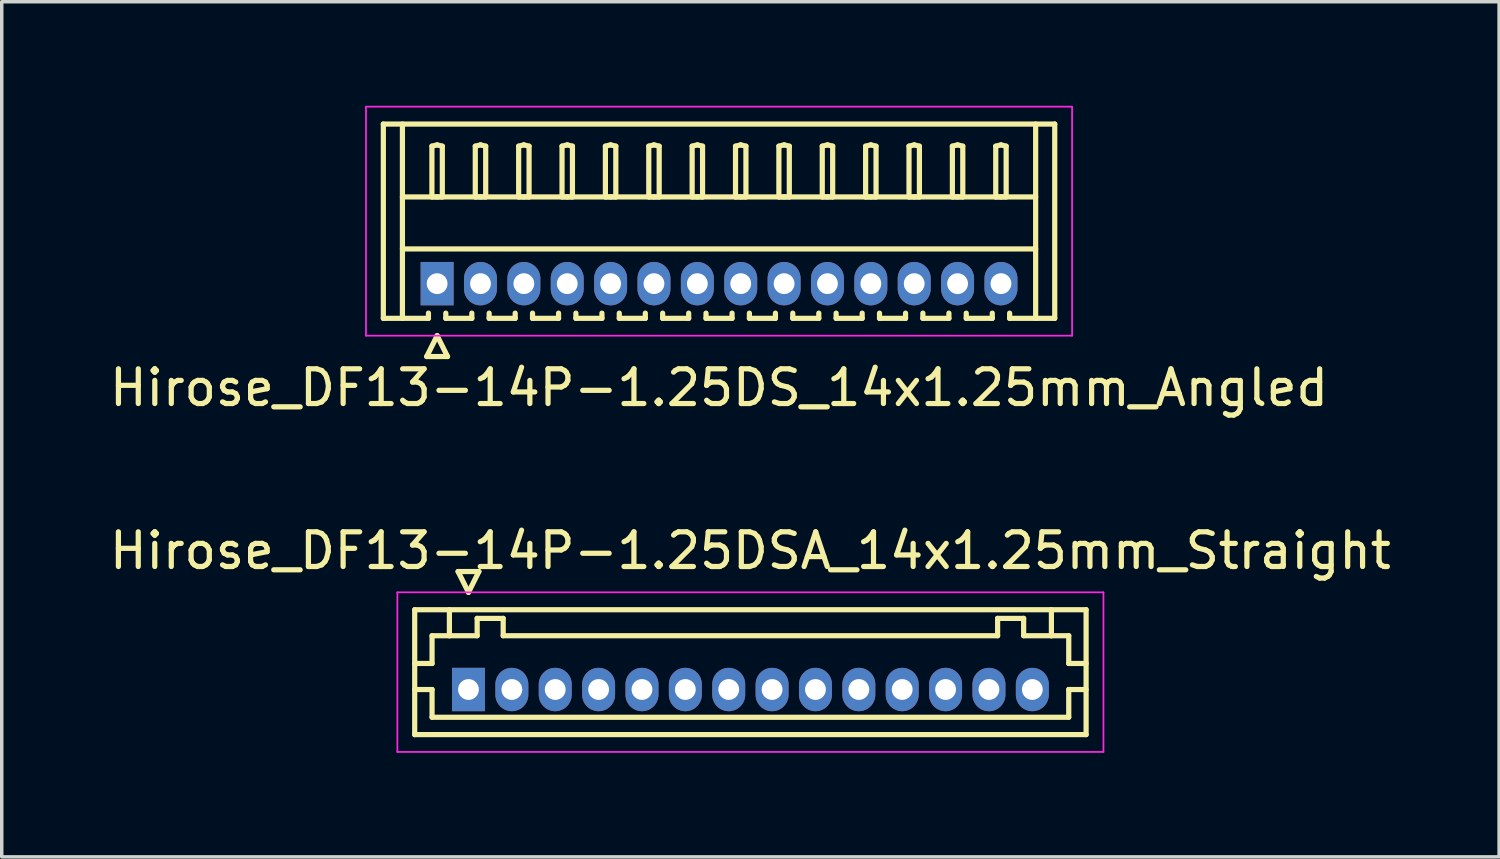
<source format=kicad_pcb>
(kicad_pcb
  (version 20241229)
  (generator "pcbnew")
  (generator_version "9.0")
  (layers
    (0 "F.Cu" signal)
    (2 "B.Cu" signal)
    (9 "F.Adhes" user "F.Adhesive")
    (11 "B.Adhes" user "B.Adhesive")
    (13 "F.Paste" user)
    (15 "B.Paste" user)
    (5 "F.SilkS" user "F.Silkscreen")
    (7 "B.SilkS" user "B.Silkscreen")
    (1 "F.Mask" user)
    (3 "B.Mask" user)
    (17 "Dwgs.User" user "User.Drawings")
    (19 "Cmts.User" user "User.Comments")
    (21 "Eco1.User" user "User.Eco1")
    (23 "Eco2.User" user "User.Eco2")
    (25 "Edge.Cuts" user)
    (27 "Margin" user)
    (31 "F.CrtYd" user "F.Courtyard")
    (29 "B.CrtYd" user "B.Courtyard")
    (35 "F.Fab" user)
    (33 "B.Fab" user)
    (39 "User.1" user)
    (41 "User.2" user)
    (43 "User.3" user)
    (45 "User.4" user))
  (footprint "Hirose_DF13-14P-1.25DSA_14x1.25mm_Straight"
    (layer "F.Cu")
    (at 10.452 16.822)
    (property "Reference" "Hirose_DF13-14P-1.25DSA_14x1.25mm_Straight" (at 8.125 -4 0) (layer "F.SilkS") (effects (font (size 1 1) (thickness 0.15))))
    (attr through_hole)
    (fp_line (start -1.55 -2.3) (end -1.55 1.3) (stroke (width 0.15) (type solid)) (layer "F.SilkS"))
    (fp_line (start -1.55 -0.75) (end -1.05 -0.75) (stroke (width 0.15) (type solid)) (layer "F.SilkS"))
    (fp_line (start -1.55 0) (end -1.05 0) (stroke (width 0.15) (type solid)) (layer "F.SilkS"))
    (fp_line (start -1.55 1.3) (end 17.8 1.3) (stroke (width 0.15) (type solid)) (layer "F.SilkS"))
    (fp_line (start -1.05 -1.55) (end -0.55 -1.55) (stroke (width 0.15) (type solid)) (layer "F.SilkS"))
    (fp_line (start -1.05 -0.75) (end -1.05 -1.55) (stroke (width 0.15) (type solid)) (layer "F.SilkS"))
    (fp_line (start -1.05 0) (end -1.05 0.8) (stroke (width 0.15) (type solid)) (layer "F.SilkS"))
    (fp_line (start -1.05 0.8) (end 17.3 0.8) (stroke (width 0.15) (type solid)) (layer "F.SilkS"))
    (fp_line (start -0.55 -1.55) (end -0.55 -2.3) (stroke (width 0.15) (type solid)) (layer "F.SilkS"))
    (fp_line (start -0.55 -1.55) (end 0.25 -1.55) (stroke (width 0.15) (type solid)) (layer "F.SilkS"))
    (fp_line (start -0.3 -3.4) (end 0.3 -3.4) (stroke (width 0.15) (type solid)) (layer "F.SilkS"))
    (fp_line (start 0 -2.8) (end -0.3 -3.4) (stroke (width 0.15) (type solid)) (layer "F.SilkS"))
    (fp_line (start 0.25 -2.05) (end 1 -2.05) (stroke (width 0.15) (type solid)) (layer "F.SilkS"))
    (fp_line (start 0.25 -1.55) (end 0.25 -2.05) (stroke (width 0.15) (type solid)) (layer "F.SilkS"))
    (fp_line (start 0.3 -3.4) (end 0 -2.8) (stroke (width 0.15) (type solid)) (layer "F.SilkS"))
    (fp_line (start 1 -2.05) (end 1 -1.55) (stroke (width 0.15) (type solid)) (layer "F.SilkS"))
    (fp_line (start 1 -1.55) (end 15.25 -1.55) (stroke (width 0.15) (type solid)) (layer "F.SilkS"))
    (fp_line (start 15.25 -2.05) (end 16 -2.05) (stroke (width 0.15) (type solid)) (layer "F.SilkS"))
    (fp_line (start 15.25 -1.55) (end 15.25 -2.05) (stroke (width 0.15) (type solid)) (layer "F.SilkS"))
    (fp_line (start 16 -2.05) (end 16 -1.55) (stroke (width 0.15) (type solid)) (layer "F.SilkS"))
    (fp_line (start 16 -1.55) (end 16.8 -1.55) (stroke (width 0.15) (type solid)) (layer "F.SilkS"))
    (fp_line (start 16.8 -1.55) (end 16.8 -2.3) (stroke (width 0.15) (type solid)) (layer "F.SilkS"))
    (fp_line (start 17.3 -1.55) (end 16.8 -1.55) (stroke (width 0.15) (type solid)) (layer "F.SilkS"))
    (fp_line (start 17.3 -0.75) (end 17.3 -1.55) (stroke (width 0.15) (type solid)) (layer "F.SilkS"))
    (fp_line (start 17.3 0) (end 17.8 0) (stroke (width 0.15) (type solid)) (layer "F.SilkS"))
    (fp_line (start 17.3 0.8) (end 17.3 0) (stroke (width 0.15) (type solid)) (layer "F.SilkS"))
    (fp_line (start 17.8 -2.3) (end -1.55 -2.3) (stroke (width 0.15) (type solid)) (layer "F.SilkS"))
    (fp_line (start 17.8 -0.75) (end 17.3 -0.75) (stroke (width 0.15) (type solid)) (layer "F.SilkS"))
    (fp_line (start 17.8 1.3) (end 17.8 -2.3) (stroke (width 0.15) (type solid)) (layer "F.SilkS"))
    (fp_line (start -2.05 -2.8) (end -2.05 1.8) (stroke (width 0.05) (type solid)) (layer "F.CrtYd"))
    (fp_line (start -2.05 1.8) (end 18.3 1.8) (stroke (width 0.05) (type solid)) (layer "F.CrtYd"))
    (fp_line (start 18.3 -2.8) (end -2.05 -2.8) (stroke (width 0.05) (type solid)) (layer "F.CrtYd"))
    (fp_line (start 18.3 1.8) (end 18.3 -2.8) (stroke (width 0.05) (type solid)) (layer "F.CrtYd"))
    (pad "1" thru_hole rect (at 0 0) (size 0.95 1.25) (drill 0.6) (layers "*.Cu" "*.Mask"))
    (pad "2" thru_hole oval (at 1.25 0) (size 0.95 1.25) (drill 0.6) (layers "*.Cu" "*.Mask"))
    (pad "3" thru_hole oval (at 2.5 0) (size 0.95 1.25) (drill 0.6) (layers "*.Cu" "*.Mask"))
    (pad "4" thru_hole oval (at 3.75 0) (size 0.95 1.25) (drill 0.6) (layers "*.Cu" "*.Mask"))
    (pad "5" thru_hole oval (at 5 0) (size 0.95 1.25) (drill 0.6) (layers "*.Cu" "*.Mask"))
    (pad "6" thru_hole oval (at 6.25 0) (size 0.95 1.25) (drill 0.6) (layers "*.Cu" "*.Mask"))
    (pad "7" thru_hole oval (at 7.5 0) (size 0.95 1.25) (drill 0.6) (layers "*.Cu" "*.Mask"))
    (pad "8" thru_hole oval (at 8.75 0) (size 0.95 1.25) (drill 0.6) (layers "*.Cu" "*.Mask"))
    (pad "9" thru_hole oval (at 10 0) (size 0.95 1.25) (drill 0.6) (layers "*.Cu" "*.Mask"))
    (pad "10" thru_hole oval (at 11.25 0) (size 0.95 1.25) (drill 0.6) (layers "*.Cu" "*.Mask"))
    (pad "11" thru_hole oval (at 12.5 0) (size 0.95 1.25) (drill 0.6) (layers "*.Cu" "*.Mask"))
    (pad "12" thru_hole oval (at 13.75 0) (size 0.95 1.25) (drill 0.6) (layers "*.Cu" "*.Mask"))
    (pad "13" thru_hole oval (at 15 0) (size 0.95 1.25) (drill 0.6) (layers "*.Cu" "*.Mask"))
    (pad "14" thru_hole oval (at 16.25 0) (size 0.95 1.25) (drill 0.6) (layers "*.Cu" "*.Mask")))
  (footprint "Hirose_DF13-14P-1.25DS_14x1.25mm_Angled"
    (layer "F.Cu")
    (at 9.548 5.125)
    (property "Reference" "Hirose_DF13-14P-1.25DS_14x1.25mm_Angled" (at 8.125 3 0) (layer "F.SilkS") (effects (font (size 1 1) (thickness 0.15))))
    (attr through_hole)
    (fp_line (start -1.55 -4.6) (end 17.8 -4.6) (stroke (width 0.15) (type solid)) (layer "F.SilkS"))
    (fp_line (start -1.55 1) (end -1.55 -4.6) (stroke (width 0.15) (type solid)) (layer "F.SilkS"))
    (fp_line (start -1 -4.6) (end -1 1) (stroke (width 0.15) (type solid)) (layer "F.SilkS"))
    (fp_line (start -1 -2.5) (end 17.25 -2.5) (stroke (width 0.15) (type solid)) (layer "F.SilkS"))
    (fp_line (start -1 -1) (end 17.25 -1) (stroke (width 0.15) (type solid)) (layer "F.SilkS"))
    (fp_line (start -0.3 2.1) (end 0.3 2.1) (stroke (width 0.15) (type solid)) (layer "F.SilkS"))
    (fp_line (start -0.25 0.85) (end -0.25 1) (stroke (width 0.15) (type solid)) (layer "F.SilkS"))
    (fp_line (start -0.25 1) (end -1.55 1) (stroke (width 0.15) (type solid)) (layer "F.SilkS"))
    (fp_line (start -0.15 -3.962) (end 0 -4) (stroke (width 0.15) (type solid)) (layer "F.SilkS"))
    (fp_line (start -0.15 -2.5) (end -0.15 -3.962) (stroke (width 0.15) (type solid)) (layer "F.SilkS"))
    (fp_line (start 0 -4) (end 0.15 -3.962) (stroke (width 0.15) (type solid)) (layer "F.SilkS"))
    (fp_line (start 0 -2.5) (end -0.15 -2.5) (stroke (width 0.15) (type solid)) (layer "F.SilkS"))
    (fp_line (start 0 1.5) (end -0.3 2.1) (stroke (width 0.15) (type solid)) (layer "F.SilkS"))
    (fp_line (start 0.15 -3.962) (end 0.15 -2.5) (stroke (width 0.15) (type solid)) (layer "F.SilkS"))
    (fp_line (start 0.15 -2.5) (end 0 -2.5) (stroke (width 0.15) (type solid)) (layer "F.SilkS"))
    (fp_line (start 0.25 0.85) (end 0.25 1) (stroke (width 0.15) (type solid)) (layer "F.SilkS"))
    (fp_line (start 0.25 1) (end 1 1) (stroke (width 0.15) (type solid)) (layer "F.SilkS"))
    (fp_line (start 0.3 2.1) (end 0 1.5) (stroke (width 0.15) (type solid)) (layer "F.SilkS"))
    (fp_line (start 1 1) (end 1 0.85) (stroke (width 0.15) (type solid)) (layer "F.SilkS"))
    (fp_line (start 1.1 -3.962) (end 1.25 -4) (stroke (width 0.15) (type solid)) (layer "F.SilkS"))
    (fp_line (start 1.1 -2.5) (end 1.1 -3.962) (stroke (width 0.15) (type solid)) (layer "F.SilkS"))
    (fp_line (start 1.25 -4) (end 1.4 -3.962) (stroke (width 0.15) (type solid)) (layer "F.SilkS"))
    (fp_line (start 1.25 -2.5) (end 1.1 -2.5) (stroke (width 0.15) (type solid)) (layer "F.SilkS"))
    (fp_line (start 1.4 -3.962) (end 1.4 -2.5) (stroke (width 0.15) (type solid)) (layer "F.SilkS"))
    (fp_line (start 1.4 -2.5) (end 1.25 -2.5) (stroke (width 0.15) (type solid)) (layer "F.SilkS"))
    (fp_line (start 1.5 0.85) (end 1.5 1) (stroke (width 0.15) (type solid)) (layer "F.SilkS"))
    (fp_line (start 1.5 1) (end 2.25 1) (stroke (width 0.15) (type solid)) (layer "F.SilkS"))
    (fp_line (start 2.25 1) (end 2.25 0.85) (stroke (width 0.15) (type solid)) (layer "F.SilkS"))
    (fp_line (start 2.35 -3.962) (end 2.5 -4) (stroke (width 0.15) (type solid)) (layer "F.SilkS"))
    (fp_line (start 2.35 -2.5) (end 2.35 -3.962) (stroke (width 0.15) (type solid)) (layer "F.SilkS"))
    (fp_line (start 2.5 -4) (end 2.65 -3.962) (stroke (width 0.15) (type solid)) (layer "F.SilkS"))
    (fp_line (start 2.5 -2.5) (end 2.35 -2.5) (stroke (width 0.15) (type solid)) (layer "F.SilkS"))
    (fp_line (start 2.65 -3.962) (end 2.65 -2.5) (stroke (width 0.15) (type solid)) (layer "F.SilkS"))
    (fp_line (start 2.65 -2.5) (end 2.5 -2.5) (stroke (width 0.15) (type solid)) (layer "F.SilkS"))
    (fp_line (start 2.75 0.85) (end 2.75 1) (stroke (width 0.15) (type solid)) (layer "F.SilkS"))
    (fp_line (start 2.75 1) (end 3.5 1) (stroke (width 0.15) (type solid)) (layer "F.SilkS"))
    (fp_line (start 3.5 1) (end 3.5 0.85) (stroke (width 0.15) (type solid)) (layer "F.SilkS"))
    (fp_line (start 3.6 -3.962) (end 3.75 -4) (stroke (width 0.15) (type solid)) (layer "F.SilkS"))
    (fp_line (start 3.6 -2.5) (end 3.6 -3.962) (stroke (width 0.15) (type solid)) (layer "F.SilkS"))
    (fp_line (start 3.75 -4) (end 3.9 -3.962) (stroke (width 0.15) (type solid)) (layer "F.SilkS"))
    (fp_line (start 3.75 -2.5) (end 3.6 -2.5) (stroke (width 0.15) (type solid)) (layer "F.SilkS"))
    (fp_line (start 3.9 -3.962) (end 3.9 -2.5) (stroke (width 0.15) (type solid)) (layer "F.SilkS"))
    (fp_line (start 3.9 -2.5) (end 3.75 -2.5) (stroke (width 0.15) (type solid)) (layer "F.SilkS"))
    (fp_line (start 4 0.85) (end 4 1) (stroke (width 0.15) (type solid)) (layer "F.SilkS"))
    (fp_line (start 4 1) (end 4.75 1) (stroke (width 0.15) (type solid)) (layer "F.SilkS"))
    (fp_line (start 4.75 1) (end 4.75 0.85) (stroke (width 0.15) (type solid)) (layer "F.SilkS"))
    (fp_line (start 4.85 -3.962) (end 5 -4) (stroke (width 0.15) (type solid)) (layer "F.SilkS"))
    (fp_line (start 4.85 -2.5) (end 4.85 -3.962) (stroke (width 0.15) (type solid)) (layer "F.SilkS"))
    (fp_line (start 5 -4) (end 5.15 -3.962) (stroke (width 0.15) (type solid)) (layer "F.SilkS"))
    (fp_line (start 5 -2.5) (end 4.85 -2.5) (stroke (width 0.15) (type solid)) (layer "F.SilkS"))
    (fp_line (start 5.15 -3.962) (end 5.15 -2.5) (stroke (width 0.15) (type solid)) (layer "F.SilkS"))
    (fp_line (start 5.15 -2.5) (end 5 -2.5) (stroke (width 0.15) (type solid)) (layer "F.SilkS"))
    (fp_line (start 5.25 0.85) (end 5.25 1) (stroke (width 0.15) (type solid)) (layer "F.SilkS"))
    (fp_line (start 5.25 1) (end 6 1) (stroke (width 0.15) (type solid)) (layer "F.SilkS"))
    (fp_line (start 6 1) (end 6 0.85) (stroke (width 0.15) (type solid)) (layer "F.SilkS"))
    (fp_line (start 6.1 -3.962) (end 6.25 -4) (stroke (width 0.15) (type solid)) (layer "F.SilkS"))
    (fp_line (start 6.1 -2.5) (end 6.1 -3.962) (stroke (width 0.15) (type solid)) (layer "F.SilkS"))
    (fp_line (start 6.25 -4) (end 6.4 -3.962) (stroke (width 0.15) (type solid)) (layer "F.SilkS"))
    (fp_line (start 6.25 -2.5) (end 6.1 -2.5) (stroke (width 0.15) (type solid)) (layer "F.SilkS"))
    (fp_line (start 6.4 -3.962) (end 6.4 -2.5) (stroke (width 0.15) (type solid)) (layer "F.SilkS"))
    (fp_line (start 6.4 -2.5) (end 6.25 -2.5) (stroke (width 0.15) (type solid)) (layer "F.SilkS"))
    (fp_line (start 6.5 0.85) (end 6.5 1) (stroke (width 0.15) (type solid)) (layer "F.SilkS"))
    (fp_line (start 6.5 1) (end 7.25 1) (stroke (width 0.15) (type solid)) (layer "F.SilkS"))
    (fp_line (start 7.25 1) (end 7.25 0.85) (stroke (width 0.15) (type solid)) (layer "F.SilkS"))
    (fp_line (start 7.35 -3.962) (end 7.5 -4) (stroke (width 0.15) (type solid)) (layer "F.SilkS"))
    (fp_line (start 7.35 -2.5) (end 7.35 -3.962) (stroke (width 0.15) (type solid)) (layer "F.SilkS"))
    (fp_line (start 7.5 -4) (end 7.65 -3.962) (stroke (width 0.15) (type solid)) (layer "F.SilkS"))
    (fp_line (start 7.5 -2.5) (end 7.35 -2.5) (stroke (width 0.15) (type solid)) (layer "F.SilkS"))
    (fp_line (start 7.65 -3.962) (end 7.65 -2.5) (stroke (width 0.15) (type solid)) (layer "F.SilkS"))
    (fp_line (start 7.65 -2.5) (end 7.5 -2.5) (stroke (width 0.15) (type solid)) (layer "F.SilkS"))
    (fp_line (start 7.75 0.85) (end 7.75 1) (stroke (width 0.15) (type solid)) (layer "F.SilkS"))
    (fp_line (start 7.75 1) (end 8.5 1) (stroke (width 0.15) (type solid)) (layer "F.SilkS"))
    (fp_line (start 8.5 1) (end 8.5 0.85) (stroke (width 0.15) (type solid)) (layer "F.SilkS"))
    (fp_line (start 8.6 -3.962) (end 8.75 -4) (stroke (width 0.15) (type solid)) (layer "F.SilkS"))
    (fp_line (start 8.6 -2.5) (end 8.6 -3.962) (stroke (width 0.15) (type solid)) (layer "F.SilkS"))
    (fp_line (start 8.75 -4) (end 8.9 -3.962) (stroke (width 0.15) (type solid)) (layer "F.SilkS"))
    (fp_line (start 8.75 -2.5) (end 8.6 -2.5) (stroke (width 0.15) (type solid)) (layer "F.SilkS"))
    (fp_line (start 8.9 -3.962) (end 8.9 -2.5) (stroke (width 0.15) (type solid)) (layer "F.SilkS"))
    (fp_line (start 8.9 -2.5) (end 8.75 -2.5) (stroke (width 0.15) (type solid)) (layer "F.SilkS"))
    (fp_line (start 9 0.85) (end 9 1) (stroke (width 0.15) (type solid)) (layer "F.SilkS"))
    (fp_line (start 9 1) (end 9.75 1) (stroke (width 0.15) (type solid)) (layer "F.SilkS"))
    (fp_line (start 9.75 1) (end 9.75 0.85) (stroke (width 0.15) (type solid)) (layer "F.SilkS"))
    (fp_line (start 9.85 -3.962) (end 10 -4) (stroke (width 0.15) (type solid)) (layer "F.SilkS"))
    (fp_line (start 9.85 -2.5) (end 9.85 -3.962) (stroke (width 0.15) (type solid)) (layer "F.SilkS"))
    (fp_line (start 10 -4) (end 10.15 -3.962) (stroke (width 0.15) (type solid)) (layer "F.SilkS"))
    (fp_line (start 10 -2.5) (end 9.85 -2.5) (stroke (width 0.15) (type solid)) (layer "F.SilkS"))
    (fp_line (start 10.15 -3.962) (end 10.15 -2.5) (stroke (width 0.15) (type solid)) (layer "F.SilkS"))
    (fp_line (start 10.15 -2.5) (end 10 -2.5) (stroke (width 0.15) (type solid)) (layer "F.SilkS"))
    (fp_line (start 10.25 0.85) (end 10.25 1) (stroke (width 0.15) (type solid)) (layer "F.SilkS"))
    (fp_line (start 10.25 1) (end 11 1) (stroke (width 0.15) (type solid)) (layer "F.SilkS"))
    (fp_line (start 11 1) (end 11 0.85) (stroke (width 0.15) (type solid)) (layer "F.SilkS"))
    (fp_line (start 11.1 -3.962) (end 11.25 -4) (stroke (width 0.15) (type solid)) (layer "F.SilkS"))
    (fp_line (start 11.1 -2.5) (end 11.1 -3.962) (stroke (width 0.15) (type solid)) (layer "F.SilkS"))
    (fp_line (start 11.25 -4) (end 11.4 -3.962) (stroke (width 0.15) (type solid)) (layer "F.SilkS"))
    (fp_line (start 11.25 -2.5) (end 11.1 -2.5) (stroke (width 0.15) (type solid)) (layer "F.SilkS"))
    (fp_line (start 11.4 -3.962) (end 11.4 -2.5) (stroke (width 0.15) (type solid)) (layer "F.SilkS"))
    (fp_line (start 11.4 -2.5) (end 11.25 -2.5) (stroke (width 0.15) (type solid)) (layer "F.SilkS"))
    (fp_line (start 11.5 0.85) (end 11.5 1) (stroke (width 0.15) (type solid)) (layer "F.SilkS"))
    (fp_line (start 11.5 1) (end 12.25 1) (stroke (width 0.15) (type solid)) (layer "F.SilkS"))
    (fp_line (start 12.25 1) (end 12.25 0.85) (stroke (width 0.15) (type solid)) (layer "F.SilkS"))
    (fp_line (start 12.35 -3.962) (end 12.5 -4) (stroke (width 0.15) (type solid)) (layer "F.SilkS"))
    (fp_line (start 12.35 -2.5) (end 12.35 -3.962) (stroke (width 0.15) (type solid)) (layer "F.SilkS"))
    (fp_line (start 12.5 -4) (end 12.65 -3.962) (stroke (width 0.15) (type solid)) (layer "F.SilkS"))
    (fp_line (start 12.5 -2.5) (end 12.35 -2.5) (stroke (width 0.15) (type solid)) (layer "F.SilkS"))
    (fp_line (start 12.65 -3.962) (end 12.65 -2.5) (stroke (width 0.15) (type solid)) (layer "F.SilkS"))
    (fp_line (start 12.65 -2.5) (end 12.5 -2.5) (stroke (width 0.15) (type solid)) (layer "F.SilkS"))
    (fp_line (start 12.75 0.85) (end 12.75 1) (stroke (width 0.15) (type solid)) (layer "F.SilkS"))
    (fp_line (start 12.75 1) (end 13.5 1) (stroke (width 0.15) (type solid)) (layer "F.SilkS"))
    (fp_line (start 13.5 1) (end 13.5 0.85) (stroke (width 0.15) (type solid)) (layer "F.SilkS"))
    (fp_line (start 13.6 -3.962) (end 13.75 -4) (stroke (width 0.15) (type solid)) (layer "F.SilkS"))
    (fp_line (start 13.6 -2.5) (end 13.6 -3.962) (stroke (width 0.15) (type solid)) (layer "F.SilkS"))
    (fp_line (start 13.75 -4) (end 13.9 -3.962) (stroke (width 0.15) (type solid)) (layer "F.SilkS"))
    (fp_line (start 13.75 -2.5) (end 13.6 -2.5) (stroke (width 0.15) (type solid)) (layer "F.SilkS"))
    (fp_line (start 13.9 -3.962) (end 13.9 -2.5) (stroke (width 0.15) (type solid)) (layer "F.SilkS"))
    (fp_line (start 13.9 -2.5) (end 13.75 -2.5) (stroke (width 0.15) (type solid)) (layer "F.SilkS"))
    (fp_line (start 14 0.85) (end 14 1) (stroke (width 0.15) (type solid)) (layer "F.SilkS"))
    (fp_line (start 14 1) (end 14.75 1) (stroke (width 0.15) (type solid)) (layer "F.SilkS"))
    (fp_line (start 14.75 1) (end 14.75 0.85) (stroke (width 0.15) (type solid)) (layer "F.SilkS"))
    (fp_line (start 14.85 -3.962) (end 15 -4) (stroke (width 0.15) (type solid)) (layer "F.SilkS"))
    (fp_line (start 14.85 -2.5) (end 14.85 -3.962) (stroke (width 0.15) (type solid)) (layer "F.SilkS"))
    (fp_line (start 15 -4) (end 15.15 -3.962) (stroke (width 0.15) (type solid)) (layer "F.SilkS"))
    (fp_line (start 15 -2.5) (end 14.85 -2.5) (stroke (width 0.15) (type solid)) (layer "F.SilkS"))
    (fp_line (start 15.15 -3.962) (end 15.15 -2.5) (stroke (width 0.15) (type solid)) (layer "F.SilkS"))
    (fp_line (start 15.15 -2.5) (end 15 -2.5) (stroke (width 0.15) (type solid)) (layer "F.SilkS"))
    (fp_line (start 15.25 0.85) (end 15.25 1) (stroke (width 0.15) (type solid)) (layer "F.SilkS"))
    (fp_line (start 15.25 1) (end 16 1) (stroke (width 0.15) (type solid)) (layer "F.SilkS"))
    (fp_line (start 16 1) (end 16 0.85) (stroke (width 0.15) (type solid)) (layer "F.SilkS"))
    (fp_line (start 16.1 -3.962) (end 16.25 -4) (stroke (width 0.15) (type solid)) (layer "F.SilkS"))
    (fp_line (start 16.1 -2.5) (end 16.1 -3.962) (stroke (width 0.15) (type solid)) (layer "F.SilkS"))
    (fp_line (start 16.25 -4) (end 16.4 -3.962) (stroke (width 0.15) (type solid)) (layer "F.SilkS"))
    (fp_line (start 16.25 -2.5) (end 16.1 -2.5) (stroke (width 0.15) (type solid)) (layer "F.SilkS"))
    (fp_line (start 16.4 -3.962) (end 16.4 -2.5) (stroke (width 0.15) (type solid)) (layer "F.SilkS"))
    (fp_line (start 16.4 -2.5) (end 16.25 -2.5) (stroke (width 0.15) (type solid)) (layer "F.SilkS"))
    (fp_line (start 16.5 1) (end 16.5 0.85) (stroke (width 0.15) (type solid)) (layer "F.SilkS"))
    (fp_line (start 17.25 -4.6) (end 17.25 1) (stroke (width 0.15) (type solid)) (layer "F.SilkS"))
    (fp_line (start 17.8 -4.6) (end 17.8 1) (stroke (width 0.15) (type solid)) (layer "F.SilkS"))
    (fp_line (start 17.8 1) (end 16.5 1) (stroke (width 0.15) (type solid)) (layer "F.SilkS"))
    (fp_line (start -2.05 -5.1) (end -2.05 1.5) (stroke (width 0.05) (type solid)) (layer "F.CrtYd"))
    (fp_line (start -2.05 1.5) (end 18.3 1.5) (stroke (width 0.05) (type solid)) (layer "F.CrtYd"))
    (fp_line (start 18.3 -5.1) (end -2.05 -5.1) (stroke (width 0.05) (type solid)) (layer "F.CrtYd"))
    (fp_line (start 18.3 1.5) (end 18.3 -5.1) (stroke (width 0.05) (type solid)) (layer "F.CrtYd"))
    (pad "1" thru_hole rect (at 0 0) (size 0.95 1.25) (drill 0.6) (layers "*.Cu" "*.Mask"))
    (pad "2" thru_hole oval (at 1.25 0) (size 0.95 1.25) (drill 0.6) (layers "*.Cu" "*.Mask"))
    (pad "3" thru_hole oval (at 2.5 0) (size 0.95 1.25) (drill 0.6) (layers "*.Cu" "*.Mask"))
    (pad "4" thru_hole oval (at 3.75 0) (size 0.95 1.25) (drill 0.6) (layers "*.Cu" "*.Mask"))
    (pad "5" thru_hole oval (at 5 0) (size 0.95 1.25) (drill 0.6) (layers "*.Cu" "*.Mask"))
    (pad "6" thru_hole oval (at 6.25 0) (size 0.95 1.25) (drill 0.6) (layers "*.Cu" "*.Mask"))
    (pad "7" thru_hole oval (at 7.5 0) (size 0.95 1.25) (drill 0.6) (layers "*.Cu" "*.Mask"))
    (pad "8" thru_hole oval (at 8.75 0) (size 0.95 1.25) (drill 0.6) (layers "*.Cu" "*.Mask"))
    (pad "9" thru_hole oval (at 10 0) (size 0.95 1.25) (drill 0.6) (layers "*.Cu" "*.Mask"))
    (pad "10" thru_hole oval (at 11.25 0) (size 0.95 1.25) (drill 0.6) (layers "*.Cu" "*.Mask"))
    (pad "11" thru_hole oval (at 12.5 0) (size 0.95 1.25) (drill 0.6) (layers "*.Cu" "*.Mask"))
    (pad "12" thru_hole oval (at 13.75 0) (size 0.95 1.25) (drill 0.6) (layers "*.Cu" "*.Mask"))
    (pad "13" thru_hole oval (at 15 0) (size 0.95 1.25) (drill 0.6) (layers "*.Cu" "*.Mask"))
    (pad "14" thru_hole oval (at 16.25 0) (size 0.95 1.25) (drill 0.6) (layers "*.Cu" "*.Mask")))
  (gr_rect
    (start -3 -3)
    (end 40.155 21.646)
    (stroke (width 0.1) (type default))
    (fill no)
    (layer "Edge.Cuts")))
</source>
